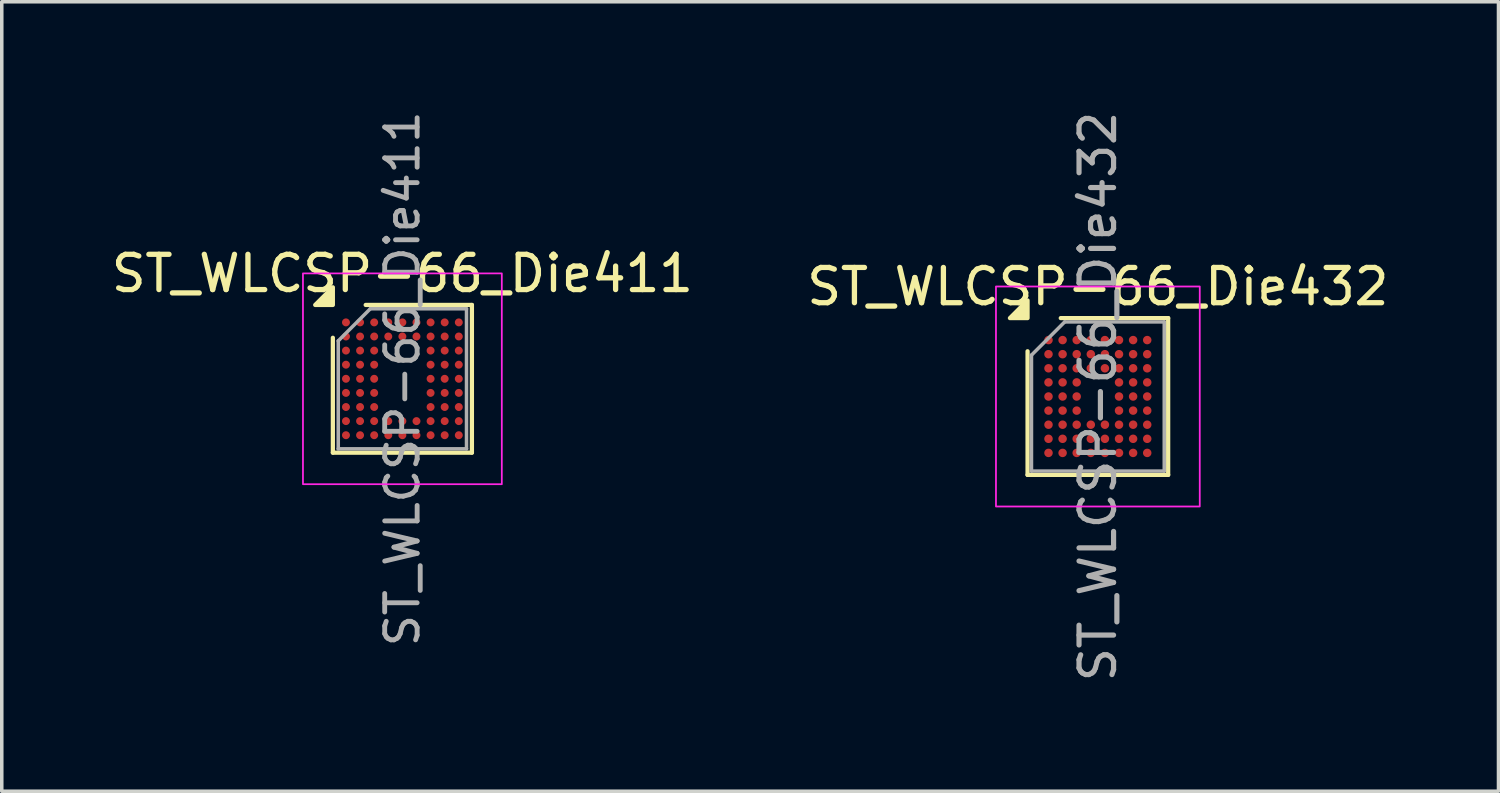
<source format=kicad_pcb>
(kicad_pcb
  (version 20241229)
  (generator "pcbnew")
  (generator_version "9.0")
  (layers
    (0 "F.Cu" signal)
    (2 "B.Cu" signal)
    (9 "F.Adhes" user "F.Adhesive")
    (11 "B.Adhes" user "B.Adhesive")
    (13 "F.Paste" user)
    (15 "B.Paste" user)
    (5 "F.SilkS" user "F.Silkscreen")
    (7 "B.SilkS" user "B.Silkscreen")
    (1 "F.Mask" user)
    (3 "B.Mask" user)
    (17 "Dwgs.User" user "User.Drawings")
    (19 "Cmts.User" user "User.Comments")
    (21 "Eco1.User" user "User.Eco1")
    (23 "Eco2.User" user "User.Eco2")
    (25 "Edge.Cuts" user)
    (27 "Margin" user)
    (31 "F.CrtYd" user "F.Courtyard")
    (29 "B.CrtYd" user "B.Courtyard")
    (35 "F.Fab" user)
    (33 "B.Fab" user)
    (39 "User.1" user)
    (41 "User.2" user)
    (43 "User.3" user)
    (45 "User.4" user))
  (footprint "ST_WLCSP-66_Die411"
    (layer "F.Cu")
    (at 8.363 7.694)
    (property "Reference" "ST_WLCSP-66_Die411" (at 0 -2.986 0) (layer "F.SilkS") (effects (font (size 1 1) (thickness 0.15))))
    (attr smd)
    (fp_line (start -1.972 2.095) (end -1.972 -1.164) (stroke (width 0.12) (type solid)) (layer "F.SilkS"))
    (fp_line (start -1.041 -2.095) (end 1.972 -2.095) (stroke (width 0.12) (type solid)) (layer "F.SilkS"))
    (fp_line (start 1.972 -2.095) (end 1.972 2.095) (stroke (width 0.12) (type solid)) (layer "F.SilkS"))
    (fp_line (start 1.972 2.095) (end -1.972 2.095) (stroke (width 0.12) (type solid)) (layer "F.SilkS"))
    (fp_poly (pts (xy -1.972 -2.095) (xy -2.473 -2.095) (xy -1.972 -2.595)) (stroke (width 0.12) (type solid)) (fill yes) (layer "F.SilkS"))
    (fp_rect (start -2.82 -2.99) (end 2.82 2.99) (stroke (width 0.05) (type solid)) (fill no) (layer "F.CrtYd"))
    (fp_line (start -1.819 -1.076) (end -0.91 -1.986) (stroke (width 0.1) (type solid)) (layer "F.Fab"))
    (fp_line (start -1.819 1.986) (end -1.819 -1.076) (stroke (width 0.1) (type solid)) (layer "F.Fab"))
    (fp_line (start -0.91 -1.986) (end 1.819 -1.986) (stroke (width 0.1) (type solid)) (layer "F.Fab"))
    (fp_line (start 1.819 -1.986) (end 1.819 1.986) (stroke (width 0.1) (type solid)) (layer "F.Fab"))
    (fp_line (start 1.819 1.986) (end -1.819 1.986) (stroke (width 0.1) (type solid)) (layer "F.Fab"))
    (fp_text user "${REFERENCE}" (at 0 0 270) (layer "F.Fab") (effects (font (size 0.92 0.92) (thickness 0.138))))
    (pad "A1" smd circle (at -1.6 -1.6) (size 0.225 0.225) (property pad_prop_bga) (layers "F.Cu" "F.Mask" "F.Paste"))
    (pad "A2" smd circle (at -1.2 -1.6) (size 0.225 0.225) (property pad_prop_bga) (layers "F.Cu" "F.Mask" "F.Paste"))
    (pad "A3" smd circle (at -0.8 -1.6) (size 0.225 0.225) (property pad_prop_bga) (layers "F.Cu" "F.Mask" "F.Paste"))
    (pad "A4" smd circle (at -0.4 -1.6) (size 0.225 0.225) (property pad_prop_bga) (layers "F.Cu" "F.Mask" "F.Paste"))
    (pad "A5" smd circle (at 0 -1.6) (size 0.225 0.225) (property pad_prop_bga) (layers "F.Cu" "F.Mask" "F.Paste"))
    (pad "A6" smd circle (at 0.4 -1.6) (size 0.225 0.225) (property pad_prop_bga) (layers "F.Cu" "F.Mask" "F.Paste"))
    (pad "A7" smd circle (at 0.8 -1.6) (size 0.225 0.225) (property pad_prop_bga) (layers "F.Cu" "F.Mask" "F.Paste"))
    (pad "A8" smd circle (at 1.2 -1.6) (size 0.225 0.225) (property pad_prop_bga) (layers "F.Cu" "F.Mask" "F.Paste"))
    (pad "A9" smd circle (at 1.6 -1.6) (size 0.225 0.225) (property pad_prop_bga) (layers "F.Cu" "F.Mask" "F.Paste"))
    (pad "B1" smd circle (at -1.6 -1.2) (size 0.225 0.225) (property pad_prop_bga) (layers "F.Cu" "F.Mask" "F.Paste"))
    (pad "B2" smd circle (at -1.2 -1.2) (size 0.225 0.225) (property pad_prop_bga) (layers "F.Cu" "F.Mask" "F.Paste"))
    (pad "B3" smd circle (at -0.8 -1.2) (size 0.225 0.225) (property pad_prop_bga) (layers "F.Cu" "F.Mask" "F.Paste"))
    (pad "B4" smd circle (at -0.4 -1.2) (size 0.225 0.225) (property pad_prop_bga) (layers "F.Cu" "F.Mask" "F.Paste"))
    (pad "B5" smd circle (at 0 -1.2) (size 0.225 0.225) (property pad_prop_bga) (layers "F.Cu" "F.Mask" "F.Paste"))
    (pad "B6" smd circle (at 0.4 -1.2) (size 0.225 0.225) (property pad_prop_bga) (layers "F.Cu" "F.Mask" "F.Paste"))
    (pad "B7" smd circle (at 0.8 -1.2) (size 0.225 0.225) (property pad_prop_bga) (layers "F.Cu" "F.Mask" "F.Paste"))
    (pad "B8" smd circle (at 1.2 -1.2) (size 0.225 0.225) (property pad_prop_bga) (layers "F.Cu" "F.Mask" "F.Paste"))
    (pad "B9" smd circle (at 1.6 -1.2) (size 0.225 0.225) (property pad_prop_bga) (layers "F.Cu" "F.Mask" "F.Paste"))
    (pad "C1" smd circle (at -1.6 -0.8) (size 0.225 0.225) (property pad_prop_bga) (layers "F.Cu" "F.Mask" "F.Paste"))
    (pad "C2" smd circle (at -1.2 -0.8) (size 0.225 0.225) (property pad_prop_bga) (layers "F.Cu" "F.Mask" "F.Paste"))
    (pad "C3" smd circle (at -0.8 -0.8) (size 0.225 0.225) (property pad_prop_bga) (layers "F.Cu" "F.Mask" "F.Paste"))
    (pad "C7" smd circle (at 0.8 -0.8) (size 0.225 0.225) (property pad_prop_bga) (layers "F.Cu" "F.Mask" "F.Paste"))
    (pad "C8" smd circle (at 1.2 -0.8) (size 0.225 0.225) (property pad_prop_bga) (layers "F.Cu" "F.Mask" "F.Paste"))
    (pad "C9" smd circle (at 1.6 -0.8) (size 0.225 0.225) (property pad_prop_bga) (layers "F.Cu" "F.Mask" "F.Paste"))
    (pad "D1" smd circle (at -1.6 -0.4) (size 0.225 0.225) (property pad_prop_bga) (layers "F.Cu" "F.Mask" "F.Paste"))
    (pad "D2" smd circle (at -1.2 -0.4) (size 0.225 0.225) (property pad_prop_bga) (layers "F.Cu" "F.Mask" "F.Paste"))
    (pad "D3" smd circle (at -0.8 -0.4) (size 0.225 0.225) (property pad_prop_bga) (layers "F.Cu" "F.Mask" "F.Paste"))
    (pad "D7" smd circle (at 0.8 -0.4) (size 0.225 0.225) (property pad_prop_bga) (layers "F.Cu" "F.Mask" "F.Paste"))
    (pad "D8" smd circle (at 1.2 -0.4) (size 0.225 0.225) (property pad_prop_bga) (layers "F.Cu" "F.Mask" "F.Paste"))
    (pad "D9" smd circle (at 1.6 -0.4) (size 0.225 0.225) (property pad_prop_bga) (layers "F.Cu" "F.Mask" "F.Paste"))
    (pad "E1" smd circle (at -1.6 0) (size 0.225 0.225) (property pad_prop_bga) (layers "F.Cu" "F.Mask" "F.Paste"))
    (pad "E2" smd circle (at -1.2 0) (size 0.225 0.225) (property pad_prop_bga) (layers "F.Cu" "F.Mask" "F.Paste"))
    (pad "E3" smd circle (at -0.8 0) (size 0.225 0.225) (property pad_prop_bga) (layers "F.Cu" "F.Mask" "F.Paste"))
    (pad "E7" smd circle (at 0.8 0) (size 0.225 0.225) (property pad_prop_bga) (layers "F.Cu" "F.Mask" "F.Paste"))
    (pad "E8" smd circle (at 1.2 0) (size 0.225 0.225) (property pad_prop_bga) (layers "F.Cu" "F.Mask" "F.Paste"))
    (pad "E9" smd circle (at 1.6 0) (size 0.225 0.225) (property pad_prop_bga) (layers "F.Cu" "F.Mask" "F.Paste"))
    (pad "F1" smd circle (at -1.6 0.4) (size 0.225 0.225) (property pad_prop_bga) (layers "F.Cu" "F.Mask" "F.Paste"))
    (pad "F2" smd circle (at -1.2 0.4) (size 0.225 0.225) (property pad_prop_bga) (layers "F.Cu" "F.Mask" "F.Paste"))
    (pad "F3" smd circle (at -0.8 0.4) (size 0.225 0.225) (property pad_prop_bga) (layers "F.Cu" "F.Mask" "F.Paste"))
    (pad "F7" smd circle (at 0.8 0.4) (size 0.225 0.225) (property pad_prop_bga) (layers "F.Cu" "F.Mask" "F.Paste"))
    (pad "F8" smd circle (at 1.2 0.4) (size 0.225 0.225) (property pad_prop_bga) (layers "F.Cu" "F.Mask" "F.Paste"))
    (pad "F9" smd circle (at 1.6 0.4) (size 0.225 0.225) (property pad_prop_bga) (layers "F.Cu" "F.Mask" "F.Paste"))
    (pad "G1" smd circle (at -1.6 0.8) (size 0.225 0.225) (property pad_prop_bga) (layers "F.Cu" "F.Mask" "F.Paste"))
    (pad "G2" smd circle (at -1.2 0.8) (size 0.225 0.225) (property pad_prop_bga) (layers "F.Cu" "F.Mask" "F.Paste"))
    (pad "G3" smd circle (at -0.8 0.8) (size 0.225 0.225) (property pad_prop_bga) (layers "F.Cu" "F.Mask" "F.Paste"))
    (pad "G7" smd circle (at 0.8 0.8) (size 0.225 0.225) (property pad_prop_bga) (layers "F.Cu" "F.Mask" "F.Paste"))
    (pad "G8" smd circle (at 1.2 0.8) (size 0.225 0.225) (property pad_prop_bga) (layers "F.Cu" "F.Mask" "F.Paste"))
    (pad "G9" smd circle (at 1.6 0.8) (size 0.225 0.225) (property pad_prop_bga) (layers "F.Cu" "F.Mask" "F.Paste"))
    (pad "H1" smd circle (at -1.6 1.2) (size 0.225 0.225) (property pad_prop_bga) (layers "F.Cu" "F.Mask" "F.Paste"))
    (pad "H2" smd circle (at -1.2 1.2) (size 0.225 0.225) (property pad_prop_bga) (layers "F.Cu" "F.Mask" "F.Paste"))
    (pad "H3" smd circle (at -0.8 1.2) (size 0.225 0.225) (property pad_prop_bga) (layers "F.Cu" "F.Mask" "F.Paste"))
    (pad "H4" smd circle (at -0.4 1.2) (size 0.225 0.225) (property pad_prop_bga) (layers "F.Cu" "F.Mask" "F.Paste"))
    (pad "H5" smd circle (at 0 1.2) (size 0.225 0.225) (property pad_prop_bga) (layers "F.Cu" "F.Mask" "F.Paste"))
    (pad "H6" smd circle (at 0.4 1.2) (size 0.225 0.225) (property pad_prop_bga) (layers "F.Cu" "F.Mask" "F.Paste"))
    (pad "H7" smd circle (at 0.8 1.2) (size 0.225 0.225) (property pad_prop_bga) (layers "F.Cu" "F.Mask" "F.Paste"))
    (pad "H8" smd circle (at 1.2 1.2) (size 0.225 0.225) (property pad_prop_bga) (layers "F.Cu" "F.Mask" "F.Paste"))
    (pad "H9" smd circle (at 1.6 1.2) (size 0.225 0.225) (property pad_prop_bga) (layers "F.Cu" "F.Mask" "F.Paste"))
    (pad "J1" smd circle (at -1.6 1.6) (size 0.225 0.225) (property pad_prop_bga) (layers "F.Cu" "F.Mask" "F.Paste"))
    (pad "J2" smd circle (at -1.2 1.6) (size 0.225 0.225) (property pad_prop_bga) (layers "F.Cu" "F.Mask" "F.Paste"))
    (pad "J3" smd circle (at -0.8 1.6) (size 0.225 0.225) (property pad_prop_bga) (layers "F.Cu" "F.Mask" "F.Paste"))
    (pad "J4" smd circle (at -0.4 1.6) (size 0.225 0.225) (property pad_prop_bga) (layers "F.Cu" "F.Mask" "F.Paste"))
    (pad "J5" smd circle (at 0 1.6) (size 0.225 0.225) (property pad_prop_bga) (layers "F.Cu" "F.Mask" "F.Paste"))
    (pad "J6" smd circle (at 0.4 1.6) (size 0.225 0.225) (property pad_prop_bga) (layers "F.Cu" "F.Mask" "F.Paste"))
    (pad "J7" smd circle (at 0.8 1.6) (size 0.225 0.225) (property pad_prop_bga) (layers "F.Cu" "F.Mask" "F.Paste"))
    (pad "J8" smd circle (at 1.2 1.6) (size 0.225 0.225) (property pad_prop_bga) (layers "F.Cu" "F.Mask" "F.Paste"))
    (pad "J9" smd circle (at 1.6 1.6) (size 0.225 0.225) (property pad_prop_bga) (layers "F.Cu" "F.Mask" "F.Paste")))
  (footprint "ST_WLCSP-66_Die432"
    (layer "F.Cu")
    (at 28.089 8.196)
    (property "Reference" "ST_WLCSP-66_Die432" (at 0 -3.115 0) (layer "F.SilkS") (effects (font (size 1 1) (thickness 0.15))))
    (attr smd)
    (fp_line (start -1.994 2.224) (end -1.994 -1.283) (stroke (width 0.12) (type solid)) (layer "F.SilkS"))
    (fp_line (start -1.052 -2.224) (end 1.994 -2.224) (stroke (width 0.12) (type solid)) (layer "F.SilkS"))
    (fp_line (start 1.994 -2.224) (end 1.994 2.224) (stroke (width 0.12) (type solid)) (layer "F.SilkS"))
    (fp_line (start 1.994 2.224) (end -1.994 2.224) (stroke (width 0.12) (type solid)) (layer "F.SilkS"))
    (fp_poly (pts (xy -1.994 -2.224) (xy -2.494 -2.224) (xy -1.994 -2.724)) (stroke (width 0.12) (type solid)) (fill yes) (layer "F.SilkS"))
    (fp_rect (start -2.89 -3.12) (end 2.89 3.12) (stroke (width 0.05) (type solid)) (fill no) (layer "F.CrtYd"))
    (fp_line (start -1.883 -1.173) (end -0.942 -2.115) (stroke (width 0.1) (type solid)) (layer "F.Fab"))
    (fp_line (start -1.883 2.115) (end -1.883 -1.173) (stroke (width 0.1) (type solid)) (layer "F.Fab"))
    (fp_line (start -0.942 -2.115) (end 1.883 -2.115) (stroke (width 0.1) (type solid)) (layer "F.Fab"))
    (fp_line (start 1.883 -2.115) (end 1.883 2.115) (stroke (width 0.1) (type solid)) (layer "F.Fab"))
    (fp_line (start 1.883 2.115) (end -1.883 2.115) (stroke (width 0.1) (type solid)) (layer "F.Fab"))
    (fp_text user "${REFERENCE}" (at 0 0 270) (layer "F.Fab") (effects (font (size 0.98 0.98) (thickness 0.147))))
    (pad "A1" smd circle (at -1.4 -1.6) (size 0.24 0.24) (property pad_prop_bga) (layers "F.Cu" "F.Mask" "F.Paste"))
    (pad "A2" smd circle (at -1 -1.6) (size 0.24 0.24) (property pad_prop_bga) (layers "F.Cu" "F.Mask" "F.Paste"))
    (pad "A3" smd circle (at -0.6 -1.6) (size 0.24 0.24) (property pad_prop_bga) (layers "F.Cu" "F.Mask" "F.Paste"))
    (pad "A4" smd circle (at -0.2 -1.6) (size 0.24 0.24) (property pad_prop_bga) (layers "F.Cu" "F.Mask" "F.Paste"))
    (pad "A5" smd circle (at 0.2 -1.6) (size 0.24 0.24) (property pad_prop_bga) (layers "F.Cu" "F.Mask" "F.Paste"))
    (pad "A6" smd circle (at 0.6 -1.6) (size 0.24 0.24) (property pad_prop_bga) (layers "F.Cu" "F.Mask" "F.Paste"))
    (pad "A7" smd circle (at 1 -1.6) (size 0.24 0.24) (property pad_prop_bga) (layers "F.Cu" "F.Mask" "F.Paste"))
    (pad "A8" smd circle (at 1.4 -1.6) (size 0.24 0.24) (property pad_prop_bga) (layers "F.Cu" "F.Mask" "F.Paste"))
    (pad "B1" smd circle (at -1.4 -1.2) (size 0.24 0.24) (property pad_prop_bga) (layers "F.Cu" "F.Mask" "F.Paste"))
    (pad "B2" smd circle (at -1 -1.2) (size 0.24 0.24) (property pad_prop_bga) (layers "F.Cu" "F.Mask" "F.Paste"))
    (pad "B3" smd circle (at -0.6 -1.2) (size 0.24 0.24) (property pad_prop_bga) (layers "F.Cu" "F.Mask" "F.Paste"))
    (pad "B4" smd circle (at -0.2 -1.2) (size 0.24 0.24) (property pad_prop_bga) (layers "F.Cu" "F.Mask" "F.Paste"))
    (pad "B5" smd circle (at 0.2 -1.2) (size 0.24 0.24) (property pad_prop_bga) (layers "F.Cu" "F.Mask" "F.Paste"))
    (pad "B6" smd circle (at 0.6 -1.2) (size 0.24 0.24) (property pad_prop_bga) (layers "F.Cu" "F.Mask" "F.Paste"))
    (pad "B7" smd circle (at 1 -1.2) (size 0.24 0.24) (property pad_prop_bga) (layers "F.Cu" "F.Mask" "F.Paste"))
    (pad "B8" smd circle (at 1.4 -1.2) (size 0.24 0.24) (property pad_prop_bga) (layers "F.Cu" "F.Mask" "F.Paste"))
    (pad "C1" smd circle (at -1.4 -0.8) (size 0.24 0.24) (property pad_prop_bga) (layers "F.Cu" "F.Mask" "F.Paste"))
    (pad "C2" smd circle (at -1 -0.8) (size 0.24 0.24) (property pad_prop_bga) (layers "F.Cu" "F.Mask" "F.Paste"))
    (pad "C3" smd circle (at -0.6 -0.8) (size 0.24 0.24) (property pad_prop_bga) (layers "F.Cu" "F.Mask" "F.Paste"))
    (pad "C4" smd circle (at -0.2 -0.8) (size 0.24 0.24) (property pad_prop_bga) (layers "F.Cu" "F.Mask" "F.Paste"))
    (pad "C5" smd circle (at 0.2 -0.8) (size 0.24 0.24) (property pad_prop_bga) (layers "F.Cu" "F.Mask" "F.Paste"))
    (pad "C6" smd circle (at 0.6 -0.8) (size 0.24 0.24) (property pad_prop_bga) (layers "F.Cu" "F.Mask" "F.Paste"))
    (pad "C7" smd circle (at 1 -0.8) (size 0.24 0.24) (property pad_prop_bga) (layers "F.Cu" "F.Mask" "F.Paste"))
    (pad "C8" smd circle (at 1.4 -0.8) (size 0.24 0.24) (property pad_prop_bga) (layers "F.Cu" "F.Mask" "F.Paste"))
    (pad "D1" smd circle (at -1.4 -0.4) (size 0.24 0.24) (property pad_prop_bga) (layers "F.Cu" "F.Mask" "F.Paste"))
    (pad "D2" smd circle (at -1 -0.4) (size 0.24 0.24) (property pad_prop_bga) (layers "F.Cu" "F.Mask" "F.Paste"))
    (pad "D3" smd circle (at -0.6 -0.4) (size 0.24 0.24) (property pad_prop_bga) (layers "F.Cu" "F.Mask" "F.Paste"))
    (pad "D6" smd circle (at 0.6 -0.4) (size 0.24 0.24) (property pad_prop_bga) (layers "F.Cu" "F.Mask" "F.Paste"))
    (pad "D7" smd circle (at 1 -0.4) (size 0.24 0.24) (property pad_prop_bga) (layers "F.Cu" "F.Mask" "F.Paste"))
    (pad "D8" smd circle (at 1.4 -0.4) (size 0.24 0.24) (property pad_prop_bga) (layers "F.Cu" "F.Mask" "F.Paste"))
    (pad "E1" smd circle (at -1.4 0) (size 0.24 0.24) (property pad_prop_bga) (layers "F.Cu" "F.Mask" "F.Paste"))
    (pad "E2" smd circle (at -1 0) (size 0.24 0.24) (property pad_prop_bga) (layers "F.Cu" "F.Mask" "F.Paste"))
    (pad "E3" smd circle (at -0.6 0) (size 0.24 0.24) (property pad_prop_bga) (layers "F.Cu" "F.Mask" "F.Paste"))
    (pad "E6" smd circle (at 0.6 0) (size 0.24 0.24) (property pad_prop_bga) (layers "F.Cu" "F.Mask" "F.Paste"))
    (pad "E7" smd circle (at 1 0) (size 0.24 0.24) (property pad_prop_bga) (layers "F.Cu" "F.Mask" "F.Paste"))
    (pad "E8" smd circle (at 1.4 0) (size 0.24 0.24) (property pad_prop_bga) (layers "F.Cu" "F.Mask" "F.Paste"))
    (pad "F1" smd circle (at -1.4 0.4) (size 0.24 0.24) (property pad_prop_bga) (layers "F.Cu" "F.Mask" "F.Paste"))
    (pad "F2" smd circle (at -1 0.4) (size 0.24 0.24) (property pad_prop_bga) (layers "F.Cu" "F.Mask" "F.Paste"))
    (pad "F3" smd circle (at -0.6 0.4) (size 0.24 0.24) (property pad_prop_bga) (layers "F.Cu" "F.Mask" "F.Paste"))
    (pad "F6" smd circle (at 0.6 0.4) (size 0.24 0.24) (property pad_prop_bga) (layers "F.Cu" "F.Mask" "F.Paste"))
    (pad "F7" smd circle (at 1 0.4) (size 0.24 0.24) (property pad_prop_bga) (layers "F.Cu" "F.Mask" "F.Paste"))
    (pad "F8" smd circle (at 1.4 0.4) (size 0.24 0.24) (property pad_prop_bga) (layers "F.Cu" "F.Mask" "F.Paste"))
    (pad "G1" smd circle (at -1.4 0.8) (size 0.24 0.24) (property pad_prop_bga) (layers "F.Cu" "F.Mask" "F.Paste"))
    (pad "G2" smd circle (at -1 0.8) (size 0.24 0.24) (property pad_prop_bga) (layers "F.Cu" "F.Mask" "F.Paste"))
    (pad "G3" smd circle (at -0.6 0.8) (size 0.24 0.24) (property pad_prop_bga) (layers "F.Cu" "F.Mask" "F.Paste"))
    (pad "G4" smd circle (at -0.2 0.8) (size 0.24 0.24) (property pad_prop_bga) (layers "F.Cu" "F.Mask" "F.Paste"))
    (pad "G5" smd circle (at 0.2 0.8) (size 0.24 0.24) (property pad_prop_bga) (layers "F.Cu" "F.Mask" "F.Paste"))
    (pad "G6" smd circle (at 0.6 0.8) (size 0.24 0.24) (property pad_prop_bga) (layers "F.Cu" "F.Mask" "F.Paste"))
    (pad "G7" smd circle (at 1 0.8) (size 0.24 0.24) (property pad_prop_bga) (layers "F.Cu" "F.Mask" "F.Paste"))
    (pad "G8" smd circle (at 1.4 0.8) (size 0.24 0.24) (property pad_prop_bga) (layers "F.Cu" "F.Mask" "F.Paste"))
    (pad "H1" smd circle (at -1.4 1.2) (size 0.24 0.24) (property pad_prop_bga) (layers "F.Cu" "F.Mask" "F.Paste"))
    (pad "H2" smd circle (at -1 1.2) (size 0.24 0.24) (property pad_prop_bga) (layers "F.Cu" "F.Mask" "F.Paste"))
    (pad "H3" smd circle (at -0.6 1.2) (size 0.24 0.24) (property pad_prop_bga) (layers "F.Cu" "F.Mask" "F.Paste"))
    (pad "H4" smd circle (at -0.2 1.2) (size 0.24 0.24) (property pad_prop_bga) (layers "F.Cu" "F.Mask" "F.Paste"))
    (pad "H5" smd circle (at 0.2 1.2) (size 0.24 0.24) (property pad_prop_bga) (layers "F.Cu" "F.Mask" "F.Paste"))
    (pad "H6" smd circle (at 0.6 1.2) (size 0.24 0.24) (property pad_prop_bga) (layers "F.Cu" "F.Mask" "F.Paste"))
    (pad "H7" smd circle (at 1 1.2) (size 0.24 0.24) (property pad_prop_bga) (layers "F.Cu" "F.Mask" "F.Paste"))
    (pad "H8" smd circle (at 1.4 1.2) (size 0.24 0.24) (property pad_prop_bga) (layers "F.Cu" "F.Mask" "F.Paste"))
    (pad "J1" smd circle (at -1.4 1.6) (size 0.24 0.24) (property pad_prop_bga) (layers "F.Cu" "F.Mask" "F.Paste"))
    (pad "J2" smd circle (at -1 1.6) (size 0.24 0.24) (property pad_prop_bga) (layers "F.Cu" "F.Mask" "F.Paste"))
    (pad "J3" smd circle (at -0.6 1.6) (size 0.24 0.24) (property pad_prop_bga) (layers "F.Cu" "F.Mask" "F.Paste"))
    (pad "J4" smd circle (at -0.2 1.6) (size 0.24 0.24) (property pad_prop_bga) (layers "F.Cu" "F.Mask" "F.Paste"))
    (pad "J5" smd circle (at 0.2 1.6) (size 0.24 0.24) (property pad_prop_bga) (layers "F.Cu" "F.Mask" "F.Paste"))
    (pad "J6" smd circle (at 0.6 1.6) (size 0.24 0.24) (property pad_prop_bga) (layers "F.Cu" "F.Mask" "F.Paste"))
    (pad "J7" smd circle (at 1 1.6) (size 0.24 0.24) (property pad_prop_bga) (layers "F.Cu" "F.Mask" "F.Paste"))
    (pad "J8" smd circle (at 1.4 1.6) (size 0.24 0.24) (property pad_prop_bga) (layers "F.Cu" "F.Mask" "F.Paste")))
  (gr_rect
    (start -3 -3)
    (end 39.452 19.392)
    (stroke (width 0.1) (type default))
    (fill no)
    (layer "Edge.Cuts")))
</source>
